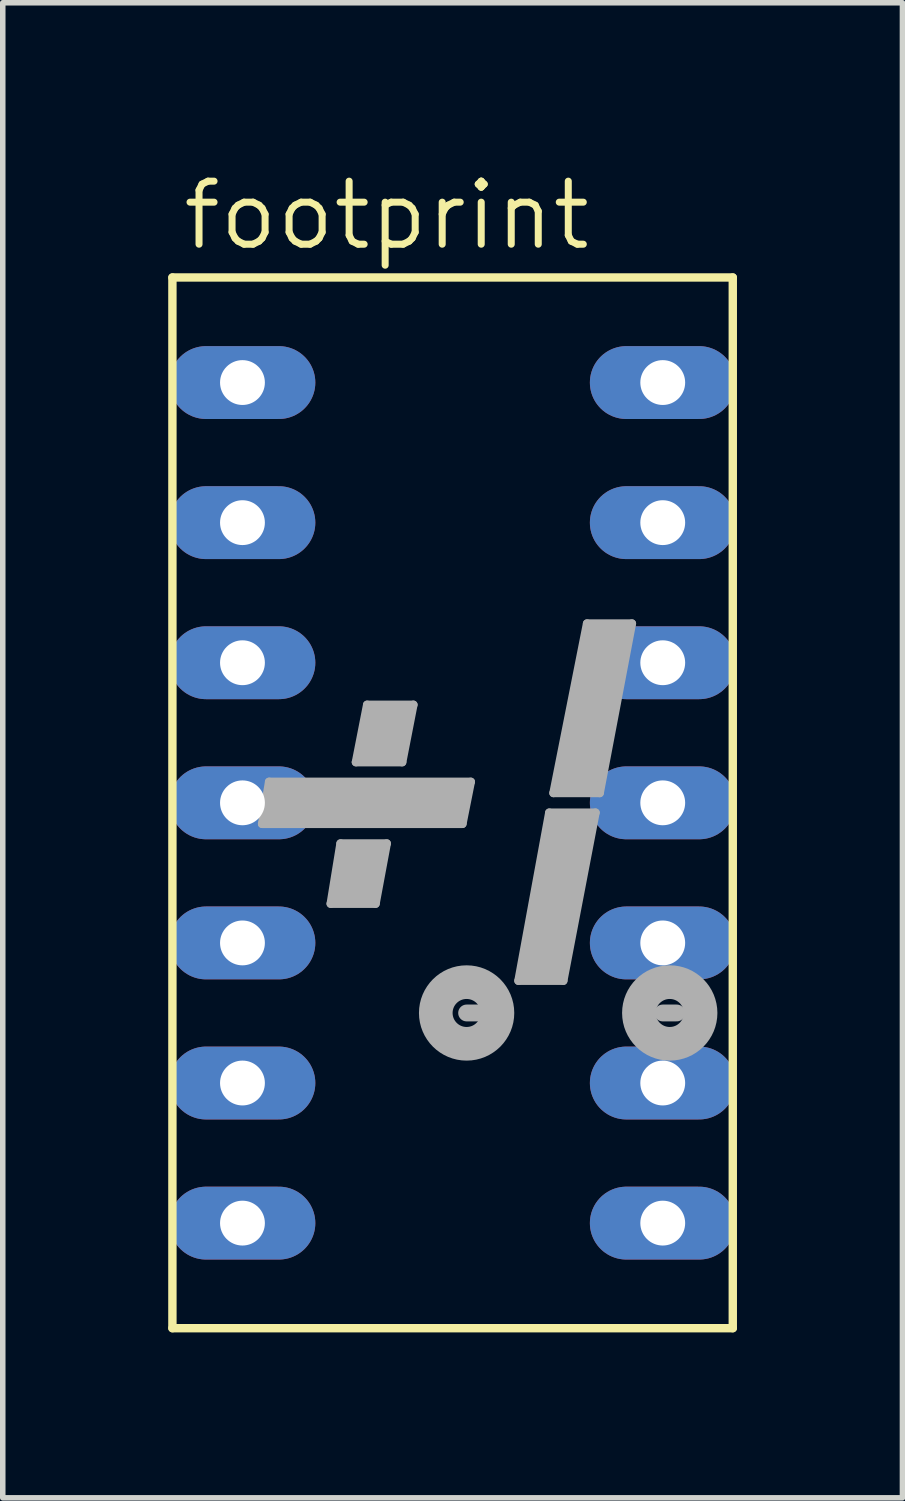
<source format=kicad_pcb>
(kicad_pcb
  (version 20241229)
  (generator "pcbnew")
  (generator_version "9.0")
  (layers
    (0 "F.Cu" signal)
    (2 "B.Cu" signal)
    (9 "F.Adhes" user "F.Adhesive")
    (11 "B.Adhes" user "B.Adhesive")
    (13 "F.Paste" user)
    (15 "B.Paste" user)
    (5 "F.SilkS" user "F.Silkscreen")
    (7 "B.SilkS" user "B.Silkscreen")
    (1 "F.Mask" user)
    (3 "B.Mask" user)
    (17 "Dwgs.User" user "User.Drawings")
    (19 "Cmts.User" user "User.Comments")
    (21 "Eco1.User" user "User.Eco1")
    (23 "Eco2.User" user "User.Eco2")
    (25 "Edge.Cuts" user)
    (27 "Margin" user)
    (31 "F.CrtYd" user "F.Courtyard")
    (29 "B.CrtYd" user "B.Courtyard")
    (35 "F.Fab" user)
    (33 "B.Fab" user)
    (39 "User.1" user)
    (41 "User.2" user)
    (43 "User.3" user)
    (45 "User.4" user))
  (footprint "footprint"
    (layer "F.Cu")
    (at 5.156 11.506)
    (property "Reference" "footprint" (at -4.953 -9.982 0) (layer "F.SilkS") (effects (font (size 1.143 1.143) (thickness 0.127)) (justify left bottom)))
    (fp_line (start -5.08 -9.525) (end 5.08 -9.525) (stroke (width 0.152) (type solid)) (layer "F.SilkS"))
    (fp_line (start -5.08 9.525) (end -5.08 -9.525) (stroke (width 0.152) (type solid)) (layer "F.SilkS"))
    (fp_line (start 5.08 -9.525) (end 5.08 9.525) (stroke (width 0.152) (type solid)) (layer "F.SilkS"))
    (fp_line (start 5.08 9.525) (end -5.08 9.525) (stroke (width 0.152) (type solid)) (layer "F.SilkS"))
    (fp_line (start -3.327 -0.381) (end -3.454 0.381) (stroke (width 0.152) (type solid)) (layer "F.Fab"))
    (fp_line (start -3.302 0.279) (end -3.15 0.279) (stroke (width 0.254) (type solid)) (layer "F.Fab"))
    (fp_line (start -3.2 -0.254) (end -3.302 0.279) (stroke (width 0.254) (type solid)) (layer "F.Fab"))
    (fp_line (start -2.21 1.829) (end -2.032 0.737) (stroke (width 0.152) (type solid)) (layer "F.Fab"))
    (fp_line (start -2.083 1.727) (end -2.032 1.549) (stroke (width 0.254) (type solid)) (layer "F.Fab"))
    (fp_line (start -2.032 0.737) (end -1.194 0.737) (stroke (width 0.152) (type solid)) (layer "F.Fab"))
    (fp_line (start -1.956 0.889) (end -1.346 0.889) (stroke (width 0.254) (type solid)) (layer "F.Fab"))
    (fp_line (start -1.753 -0.737) (end -1.549 -1.778) (stroke (width 0.152) (type solid)) (layer "F.Fab"))
    (fp_line (start -1.753 -0.737) (end -0.914 -0.737) (stroke (width 0.152) (type solid)) (layer "F.Fab"))
    (fp_line (start -1.727 1.422) (end -1.702 1.219) (stroke (width 0.813) (type solid)) (layer "F.Fab"))
    (fp_line (start -1.626 -0.838) (end -1.575 -1.092) (stroke (width 0.254) (type solid)) (layer "F.Fab"))
    (fp_line (start -1.549 -1.778) (end -0.711 -1.778) (stroke (width 0.152) (type solid)) (layer "F.Fab"))
    (fp_line (start -1.499 1.727) (end -2.083 1.727) (stroke (width 0.254) (type solid)) (layer "F.Fab"))
    (fp_line (start -1.473 -1.651) (end -0.864 -1.651) (stroke (width 0.254) (type solid)) (layer "F.Fab"))
    (fp_line (start -1.473 1.6) (end -1.499 1.727) (stroke (width 0.254) (type solid)) (layer "F.Fab"))
    (fp_line (start -1.397 1.829) (end -2.21 1.829) (stroke (width 0.152) (type solid)) (layer "F.Fab"))
    (fp_line (start -1.397 1.829) (end -1.194 0.737) (stroke (width 0.152) (type solid)) (layer "F.Fab"))
    (fp_line (start -1.346 0.889) (end -1.372 1.016) (stroke (width 0.254) (type solid)) (layer "F.Fab"))
    (fp_line (start -1.27 -1.168) (end -1.194 -1.372) (stroke (width 0.813) (type solid)) (layer "F.Fab"))
    (fp_line (start -0.991 -0.838) (end -1.626 -0.838) (stroke (width 0.254) (type solid)) (layer "F.Fab"))
    (fp_line (start -0.914 -0.737) (end -0.711 -1.778) (stroke (width 0.152) (type solid)) (layer "F.Fab"))
    (fp_line (start -0.864 -1.651) (end -0.889 -1.549) (stroke (width 0.254) (type solid)) (layer "F.Fab"))
    (fp_line (start -0.584 -0.254) (end 0.178 -0.254) (stroke (width 0.254) (type solid)) (layer "F.Fab"))
    (fp_line (start -0.279 0) (end -2.972 0) (stroke (width 0.813) (type solid)) (layer "F.Fab"))
    (fp_line (start 0.178 -0.254) (end 0.076 0.279) (stroke (width 0.254) (type solid)) (layer "F.Fab"))
    (fp_line (start 0.178 0.381) (end -3.454 0.381) (stroke (width 0.152) (type solid)) (layer "F.Fab"))
    (fp_line (start 0.254 3.81) (end 0.508 3.81) (stroke (width 0.305) (type solid)) (layer "F.Fab"))
    (fp_line (start 0.33 -0.381) (end -3.327 -0.381) (stroke (width 0.152) (type solid)) (layer "F.Fab"))
    (fp_line (start 0.33 -0.381) (end 0.178 0.381) (stroke (width 0.152) (type solid)) (layer "F.Fab"))
    (fp_line (start 1.194 3.226) (end 1.753 0.178) (stroke (width 0.152) (type solid)) (layer "F.Fab"))
    (fp_line (start 1.346 3.099) (end 1.397 2.896) (stroke (width 0.254) (type solid)) (layer "F.Fab"))
    (fp_line (start 1.753 0.178) (end 2.591 0.178) (stroke (width 0.152) (type solid)) (layer "F.Fab"))
    (fp_line (start 1.829 -0.178) (end 2.438 -3.251) (stroke (width 0.152) (type solid)) (layer "F.Fab"))
    (fp_line (start 1.829 -0.178) (end 2.667 -0.178) (stroke (width 0.152) (type solid)) (layer "F.Fab"))
    (fp_line (start 1.829 0.33) (end 2.464 0.33) (stroke (width 0.254) (type solid)) (layer "F.Fab"))
    (fp_line (start 1.905 3.099) (end 1.346 3.099) (stroke (width 0.254) (type solid)) (layer "F.Fab"))
    (fp_line (start 1.981 -0.305) (end 2.032 -0.508) (stroke (width 0.254) (type solid)) (layer "F.Fab"))
    (fp_line (start 2.007 3.226) (end 1.194 3.226) (stroke (width 0.152) (type solid)) (layer "F.Fab"))
    (fp_line (start 2.108 0.635) (end 1.676 2.794) (stroke (width 0.813) (type solid)) (layer "F.Fab"))
    (fp_line (start 2.438 -3.251) (end 3.251 -3.251) (stroke (width 0.152) (type solid)) (layer "F.Fab"))
    (fp_line (start 2.464 0.33) (end 2.413 0.584) (stroke (width 0.254) (type solid)) (layer "F.Fab"))
    (fp_line (start 2.515 -3.124) (end 3.124 -3.124) (stroke (width 0.254) (type solid)) (layer "F.Fab"))
    (fp_line (start 2.54 -0.305) (end 1.981 -0.305) (stroke (width 0.254) (type solid)) (layer "F.Fab"))
    (fp_line (start 2.591 0.178) (end 2.007 3.226) (stroke (width 0.152) (type solid)) (layer "F.Fab"))
    (fp_line (start 2.769 -2.845) (end 2.337 -0.66) (stroke (width 0.813) (type solid)) (layer "F.Fab"))
    (fp_line (start 3.124 -3.124) (end 3.099 -2.972) (stroke (width 0.254) (type solid)) (layer "F.Fab"))
    (fp_line (start 3.251 -3.251) (end 2.667 -0.178) (stroke (width 0.152) (type solid)) (layer "F.Fab"))
    (fp_line (start 3.81 3.81) (end 4.064 3.81) (stroke (width 0.305) (type solid)) (layer "F.Fab"))
    (fp_circle (center 0.254 3.81) (end 0.508 3.81) (stroke (width 0.61) (type solid)) (fill no) (layer "F.Fab"))
    (fp_circle (center 3.937 3.81) (end 4.191 3.81) (stroke (width 0.61) (type solid)) (fill no) (layer "F.Fab"))
    (pad "1" thru_hole oval (at -3.81 -7.62) (size 2.642 1.321) (drill 0.813) (layers "*.Cu" "*.Mask"))
    (pad "2" thru_hole oval (at -3.81 -5.08) (size 2.642 1.321) (drill 0.813) (layers "*.Cu" "*.Mask"))
    (pad "3" thru_hole oval (at -3.81 -2.54) (size 2.642 1.321) (drill 0.813) (layers "*.Cu" "*.Mask"))
    (pad "4" thru_hole oval (at -3.81 0) (size 2.642 1.321) (drill 0.813) (layers "*.Cu" "*.Mask"))
    (pad "5" thru_hole oval (at -3.81 2.54) (size 2.642 1.321) (drill 0.813) (layers "*.Cu" "*.Mask"))
    (pad "6" thru_hole oval (at -3.81 5.08) (size 2.642 1.321) (drill 0.813) (layers "*.Cu" "*.Mask"))
    (pad "7" thru_hole oval (at -3.81 7.62) (size 2.642 1.321) (drill 0.813) (layers "*.Cu" "*.Mask"))
    (pad "8" thru_hole oval (at 3.81 7.62) (size 2.642 1.321) (drill 0.813) (layers "*.Cu" "*.Mask"))
    (pad "9" thru_hole oval (at 3.81 5.08) (size 2.642 1.321) (drill 0.813) (layers "*.Cu" "*.Mask"))
    (pad "10" thru_hole oval (at 3.81 2.54) (size 2.642 1.321) (drill 0.813) (layers "*.Cu" "*.Mask"))
    (pad "11" thru_hole oval (at 3.81 0) (size 2.642 1.321) (drill 0.813) (layers "*.Cu" "*.Mask"))
    (pad "12" thru_hole oval (at 3.81 -2.54) (size 2.642 1.321) (drill 0.813) (layers "*.Cu" "*.Mask"))
    (pad "13" thru_hole oval (at 3.81 -5.08) (size 2.642 1.321) (drill 0.813) (layers "*.Cu" "*.Mask"))
    (pad "14" thru_hole oval (at 3.81 -7.62) (size 2.642 1.321) (drill 0.813) (layers "*.Cu" "*.Mask")))
  (gr_rect
    (start -3 -3)
    (end 13.312 24.107)
    (stroke (width 0.1) (type default))
    (fill no)
    (layer "Edge.Cuts")))
</source>
